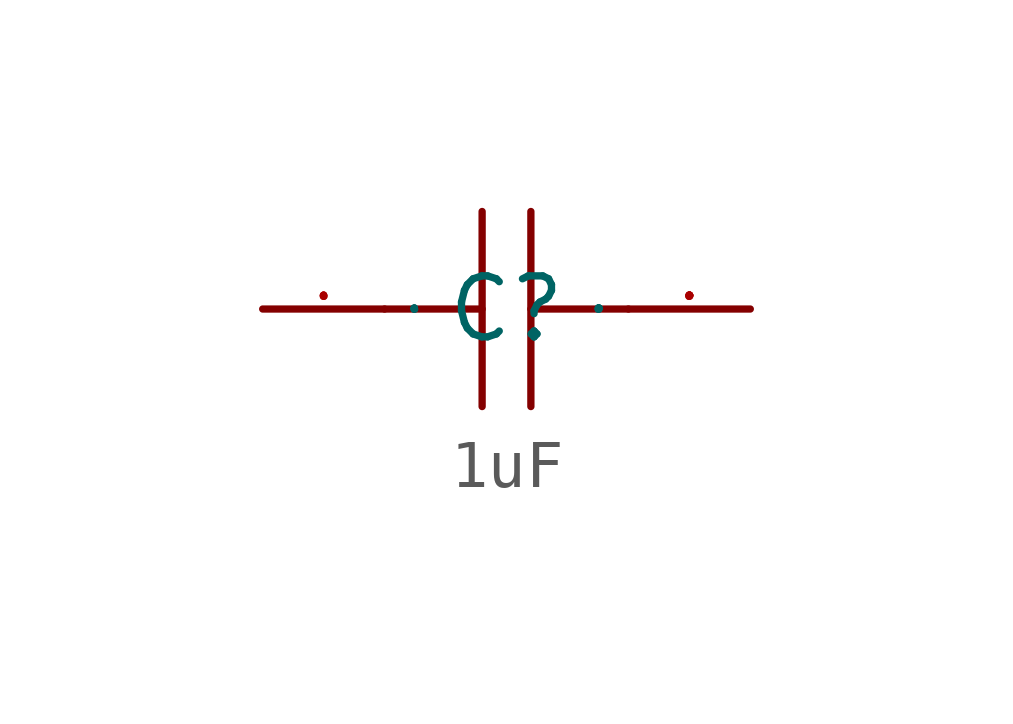
<source format=kicad_sym>
(kicad_symbol_lib
  (version 20231120)
  (generator "kicad_symbol_editor")
  (generator_version "8.0")
  (symbol "1uF"
    (property "Reference" "C"
      (at 0 0 0)
      (effects (font (size 1.27 1.27))))
    (property "Value" ""
      (at 0 0 0)
      (effects (font (size 1.27 1.27))))
    (symbol "1uF_1_0"
      (polyline (pts (xy -0.508 -2.032) (xy -0.508 2.032)) (stroke (width 0) (type default)) (fill (type none)))
      (polyline (pts (xy -0.508 0) (xy -2.54 0)) (stroke (width 0) (type default)) (fill (type none)))
      (polyline (pts (xy 0.508 2.032) (xy 0.508 -2.032)) (stroke (width 0) (type default)) (fill (type none)))
      (polyline (pts (xy 2.54 0) (xy 0.508 0)) (stroke (width 0) (type default)) (fill (type none)))
      (pin unspecified line (at -5.08 0 0) (length 2.54) (name "1" (effects (font (size 0.025 0.025)))) (number "1" (effects (font (size 0.025 0.025)))))
      (pin unspecified line (at 5.08 0 180) (length 2.54) (name "2" (effects (font (size 0.025 0.025)))) (number "2" (effects (font (size 0.025 0.025))))))))
</source>
